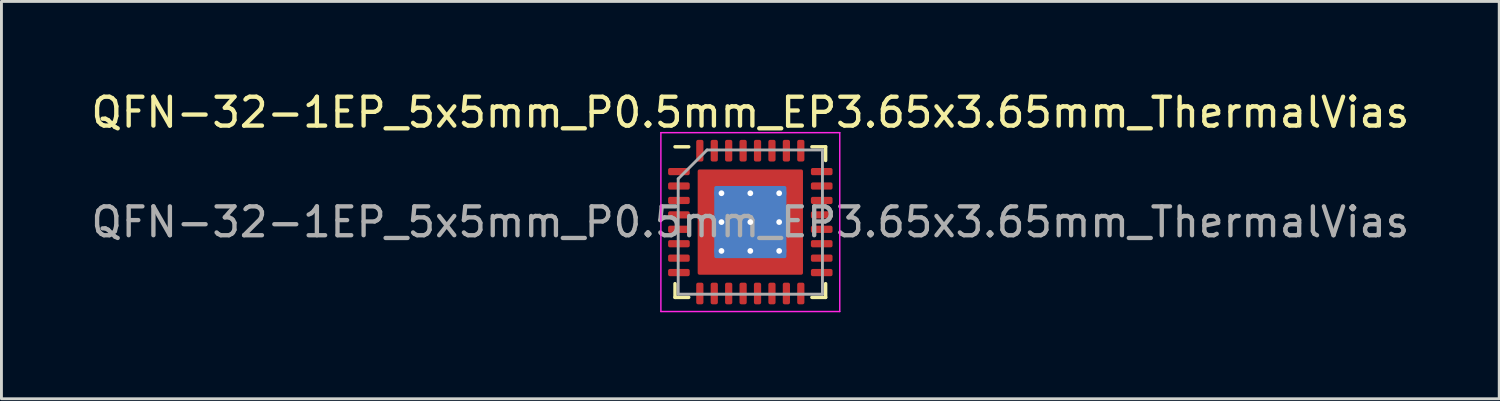
<source format=kicad_pcb>
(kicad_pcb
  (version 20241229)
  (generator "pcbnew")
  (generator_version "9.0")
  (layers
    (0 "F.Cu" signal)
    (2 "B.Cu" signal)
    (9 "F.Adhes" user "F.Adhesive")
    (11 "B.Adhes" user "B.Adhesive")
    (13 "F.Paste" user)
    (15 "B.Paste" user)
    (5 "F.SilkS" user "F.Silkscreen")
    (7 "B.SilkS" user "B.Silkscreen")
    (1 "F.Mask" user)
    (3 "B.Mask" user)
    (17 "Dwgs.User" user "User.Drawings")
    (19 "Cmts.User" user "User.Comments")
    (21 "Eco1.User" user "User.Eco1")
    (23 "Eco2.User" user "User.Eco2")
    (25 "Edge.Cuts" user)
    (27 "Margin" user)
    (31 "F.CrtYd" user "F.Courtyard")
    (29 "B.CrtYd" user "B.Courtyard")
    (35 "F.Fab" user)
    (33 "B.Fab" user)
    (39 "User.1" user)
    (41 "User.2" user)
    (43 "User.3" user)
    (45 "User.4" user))
  (footprint "QFN-32-1EP_5x5mm_P0.5mm_EP3.65x3.65mm_ThermalVias"
    (layer "F.Cu")
    (at 22.958 4.648)
    (property "Reference" "QFN-32-1EP_5x5mm_P0.5mm_EP3.65x3.65mm_ThermalVias" (at 0 -3.8 0) (layer "F.SilkS") (effects (font (size 1 1) (thickness 0.15))))
    (attr smd)
    (fp_line (start -2.61 2.61) (end -2.61 2.135) (stroke (width 0.12) (type solid)) (layer "F.SilkS"))
    (fp_line (start -2.135 -2.61) (end -2.61 -2.61) (stroke (width 0.12) (type solid)) (layer "F.SilkS"))
    (fp_line (start -2.135 2.61) (end -2.61 2.61) (stroke (width 0.12) (type solid)) (layer "F.SilkS"))
    (fp_line (start 2.135 -2.61) (end 2.61 -2.61) (stroke (width 0.12) (type solid)) (layer "F.SilkS"))
    (fp_line (start 2.135 2.61) (end 2.61 2.61) (stroke (width 0.12) (type solid)) (layer "F.SilkS"))
    (fp_line (start 2.61 -2.61) (end 2.61 -2.135) (stroke (width 0.12) (type solid)) (layer "F.SilkS"))
    (fp_line (start 2.61 2.61) (end 2.61 2.135) (stroke (width 0.12) (type solid)) (layer "F.SilkS"))
    (fp_line (start -3.1 -3.1) (end -3.1 3.1) (stroke (width 0.05) (type solid)) (layer "F.CrtYd"))
    (fp_line (start -3.1 3.1) (end 3.1 3.1) (stroke (width 0.05) (type solid)) (layer "F.CrtYd"))
    (fp_line (start 3.1 -3.1) (end -3.1 -3.1) (stroke (width 0.05) (type solid)) (layer "F.CrtYd"))
    (fp_line (start 3.1 3.1) (end 3.1 -3.1) (stroke (width 0.05) (type solid)) (layer "F.CrtYd"))
    (fp_line (start -2.5 -1.5) (end -1.5 -2.5) (stroke (width 0.1) (type solid)) (layer "F.Fab"))
    (fp_line (start -2.5 2.5) (end -2.5 -1.5) (stroke (width 0.1) (type solid)) (layer "F.Fab"))
    (fp_line (start -1.5 -2.5) (end 2.5 -2.5) (stroke (width 0.1) (type solid)) (layer "F.Fab"))
    (fp_line (start 2.5 -2.5) (end 2.5 2.5) (stroke (width 0.1) (type solid)) (layer "F.Fab"))
    (fp_line (start 2.5 2.5) (end -2.5 2.5) (stroke (width 0.1) (type solid)) (layer "F.Fab"))
    (fp_text user "${REFERENCE}" (at 0 0 0) (layer "F.Fab") (effects (font (size 1 1) (thickness 0.15))))
    (pad "" smd custom (at -1.413 -1.413) (size 0.578 0.578) (layers "F.Paste") (options (anchor circle)) (primitives (gr_poly (pts (xy -0.333 -0.333) (xy 0.333 -0.333) (xy 0.333 0.21) (xy 0.21 0.333) (xy -0.333 0.333)) (width 0) (fill yes))))
    (pad "" smd custom (at -1.413 -0.5) (size 0.59 0.59) (layers "F.Paste") (options (anchor circle)) (primitives (gr_poly (pts (xy -0.333 -0.403) (xy 0.227 -0.403) (xy 0.333 -0.297) (xy 0.333 0.297) (xy 0.227 0.403) (xy -0.333 0.403)) (width 0) (fill yes))))
    (pad "" smd custom (at -1.413 0.5) (size 0.59 0.59) (layers "F.Paste") (options (anchor circle)) (primitives (gr_poly (pts (xy -0.333 -0.403) (xy 0.227 -0.403) (xy 0.333 -0.297) (xy 0.333 0.297) (xy 0.227 0.403) (xy -0.333 0.403)) (width 0) (fill yes))))
    (pad "" smd custom (at -1.413 1.413) (size 0.578 0.578) (layers "F.Paste") (options (anchor circle)) (primitives (gr_poly (pts (xy -0.333 -0.333) (xy 0.21 -0.333) (xy 0.333 -0.21) (xy 0.333 0.333) (xy -0.333 0.333)) (width 0) (fill yes))))
    (pad "" smd custom (at -0.5 -1.413) (size 0.59 0.59) (layers "F.Paste") (options (anchor circle)) (primitives (gr_poly (pts (xy -0.403 -0.333) (xy 0.403 -0.333) (xy 0.403 0.227) (xy 0.297 0.333) (xy -0.297 0.333) (xy -0.403 0.227)) (width 0) (fill yes))))
    (pad "" smd custom (at -0.5 -0.5) (size 0.743 0.743) (layers "F.Paste") (options (anchor circle)) (primitives (gr_poly (pts (xy -0.403 -0.314) (xy -0.314 -0.403) (xy 0.314 -0.403) (xy 0.403 -0.314) (xy 0.403 0.314) (xy 0.314 0.403) (xy -0.314 0.403) (xy -0.403 0.314)) (width 0) (fill yes))))
    (pad "" smd custom (at -0.5 0.5) (size 0.743 0.743) (layers "F.Paste") (options (anchor circle)) (primitives (gr_poly (pts (xy -0.403 -0.314) (xy -0.314 -0.403) (xy 0.314 -0.403) (xy 0.403 -0.314) (xy 0.403 0.314) (xy 0.314 0.403) (xy -0.314 0.403) (xy -0.403 0.314)) (width 0) (fill yes))))
    (pad "" smd custom (at -0.5 1.413) (size 0.59 0.59) (layers "F.Paste") (options (anchor circle)) (primitives (gr_poly (pts (xy -0.403 -0.227) (xy -0.297 -0.333) (xy 0.297 -0.333) (xy 0.403 -0.227) (xy 0.403 0.333) (xy -0.403 0.333)) (width 0) (fill yes))))
    (pad "" smd custom (at 0.5 -1.413) (size 0.59 0.59) (layers "F.Paste") (options (anchor circle)) (primitives (gr_poly (pts (xy -0.403 -0.333) (xy 0.403 -0.333) (xy 0.403 0.227) (xy 0.297 0.333) (xy -0.297 0.333) (xy -0.403 0.227)) (width 0) (fill yes))))
    (pad "" smd custom (at 0.5 -0.5) (size 0.743 0.743) (layers "F.Paste") (options (anchor circle)) (primitives (gr_poly (pts (xy -0.403 -0.314) (xy -0.314 -0.403) (xy 0.314 -0.403) (xy 0.403 -0.314) (xy 0.403 0.314) (xy 0.314 0.403) (xy -0.314 0.403) (xy -0.403 0.314)) (width 0) (fill yes))))
    (pad "" smd custom (at 0.5 0.5) (size 0.743 0.743) (layers "F.Paste") (options (anchor circle)) (primitives (gr_poly (pts (xy -0.403 -0.314) (xy -0.314 -0.403) (xy 0.314 -0.403) (xy 0.403 -0.314) (xy 0.403 0.314) (xy 0.314 0.403) (xy -0.314 0.403) (xy -0.403 0.314)) (width 0) (fill yes))))
    (pad "" smd custom (at 0.5 1.413) (size 0.59 0.59) (layers "F.Paste") (options (anchor circle)) (primitives (gr_poly (pts (xy -0.403 -0.227) (xy -0.297 -0.333) (xy 0.297 -0.333) (xy 0.403 -0.227) (xy 0.403 0.333) (xy -0.403 0.333)) (width 0) (fill yes))))
    (pad "" smd custom (at 1.413 -1.413) (size 0.578 0.578) (layers "F.Paste") (options (anchor circle)) (primitives (gr_poly (pts (xy -0.333 -0.333) (xy 0.333 -0.333) (xy 0.333 0.333) (xy -0.21 0.333) (xy -0.333 0.21)) (width 0) (fill yes))))
    (pad "" smd custom (at 1.413 -0.5) (size 0.59 0.59) (layers "F.Paste") (options (anchor circle)) (primitives (gr_poly (pts (xy -0.333 -0.297) (xy -0.227 -0.403) (xy 0.333 -0.403) (xy 0.333 0.403) (xy -0.227 0.403) (xy -0.333 0.297)) (width 0) (fill yes))))
    (pad "" smd custom (at 1.413 0.5) (size 0.59 0.59) (layers "F.Paste") (options (anchor circle)) (primitives (gr_poly (pts (xy -0.333 -0.297) (xy -0.227 -0.403) (xy 0.333 -0.403) (xy 0.333 0.403) (xy -0.227 0.403) (xy -0.333 0.297)) (width 0) (fill yes))))
    (pad "" smd custom (at 1.413 1.413) (size 0.578 0.578) (layers "F.Paste") (options (anchor circle)) (primitives (gr_poly (pts (xy -0.333 -0.21) (xy -0.21 -0.333) (xy 0.333 -0.333) (xy 0.333 0.333) (xy -0.333 0.333)) (width 0) (fill yes))))
    (pad "1" smd roundrect (at -2.475 -1.75) (size 0.75 0.25) (layers "F.Cu" "F.Mask" "F.Paste") (roundrect_rratio 0.25))
    (pad "2" smd roundrect (at -2.475 -1.25) (size 0.75 0.25) (layers "F.Cu" "F.Mask" "F.Paste") (roundrect_rratio 0.25))
    (pad "3" smd roundrect (at -2.475 -0.75) (size 0.75 0.25) (layers "F.Cu" "F.Mask" "F.Paste") (roundrect_rratio 0.25))
    (pad "4" smd roundrect (at -2.475 -0.25) (size 0.75 0.25) (layers "F.Cu" "F.Mask" "F.Paste") (roundrect_rratio 0.25))
    (pad "5" smd roundrect (at -2.475 0.25) (size 0.75 0.25) (layers "F.Cu" "F.Mask" "F.Paste") (roundrect_rratio 0.25))
    (pad "6" smd roundrect (at -2.475 0.75) (size 0.75 0.25) (layers "F.Cu" "F.Mask" "F.Paste") (roundrect_rratio 0.25))
    (pad "7" smd roundrect (at -2.475 1.25) (size 0.75 0.25) (layers "F.Cu" "F.Mask" "F.Paste") (roundrect_rratio 0.25))
    (pad "8" smd roundrect (at -2.475 1.75) (size 0.75 0.25) (layers "F.Cu" "F.Mask" "F.Paste") (roundrect_rratio 0.25))
    (pad "9" smd roundrect (at -1.75 2.475) (size 0.25 0.75) (layers "F.Cu" "F.Mask" "F.Paste") (roundrect_rratio 0.25))
    (pad "10" smd roundrect (at -1.25 2.475) (size 0.25 0.75) (layers "F.Cu" "F.Mask" "F.Paste") (roundrect_rratio 0.25))
    (pad "11" smd roundrect (at -0.75 2.475) (size 0.25 0.75) (layers "F.Cu" "F.Mask" "F.Paste") (roundrect_rratio 0.25))
    (pad "12" smd roundrect (at -0.25 2.475) (size 0.25 0.75) (layers "F.Cu" "F.Mask" "F.Paste") (roundrect_rratio 0.25))
    (pad "13" smd roundrect (at 0.25 2.475) (size 0.25 0.75) (layers "F.Cu" "F.Mask" "F.Paste") (roundrect_rratio 0.25))
    (pad "14" smd roundrect (at 0.75 2.475) (size 0.25 0.75) (layers "F.Cu" "F.Mask" "F.Paste") (roundrect_rratio 0.25))
    (pad "15" smd roundrect (at 1.25 2.475) (size 0.25 0.75) (layers "F.Cu" "F.Mask" "F.Paste") (roundrect_rratio 0.25))
    (pad "16" smd roundrect (at 1.75 2.475) (size 0.25 0.75) (layers "F.Cu" "F.Mask" "F.Paste") (roundrect_rratio 0.25))
    (pad "17" smd roundrect (at 2.475 1.75) (size 0.75 0.25) (layers "F.Cu" "F.Mask" "F.Paste") (roundrect_rratio 0.25))
    (pad "18" smd roundrect (at 2.475 1.25) (size 0.75 0.25) (layers "F.Cu" "F.Mask" "F.Paste") (roundrect_rratio 0.25))
    (pad "19" smd roundrect (at 2.475 0.75) (size 0.75 0.25) (layers "F.Cu" "F.Mask" "F.Paste") (roundrect_rratio 0.25))
    (pad "20" smd roundrect (at 2.475 0.25) (size 0.75 0.25) (layers "F.Cu" "F.Mask" "F.Paste") (roundrect_rratio 0.25))
    (pad "21" smd roundrect (at 2.475 -0.25) (size 0.75 0.25) (layers "F.Cu" "F.Mask" "F.Paste") (roundrect_rratio 0.25))
    (pad "22" smd roundrect (at 2.475 -0.75) (size 0.75 0.25) (layers "F.Cu" "F.Mask" "F.Paste") (roundrect_rratio 0.25))
    (pad "23" smd roundrect (at 2.475 -1.25) (size 0.75 0.25) (layers "F.Cu" "F.Mask" "F.Paste") (roundrect_rratio 0.25))
    (pad "24" smd roundrect (at 2.475 -1.75) (size 0.75 0.25) (layers "F.Cu" "F.Mask" "F.Paste") (roundrect_rratio 0.25))
    (pad "25" smd roundrect (at 1.75 -2.475) (size 0.25 0.75) (layers "F.Cu" "F.Mask" "F.Paste") (roundrect_rratio 0.25))
    (pad "26" smd roundrect (at 1.25 -2.475) (size 0.25 0.75) (layers "F.Cu" "F.Mask" "F.Paste") (roundrect_rratio 0.25))
    (pad "27" smd roundrect (at 0.75 -2.475) (size 0.25 0.75) (layers "F.Cu" "F.Mask" "F.Paste") (roundrect_rratio 0.25))
    (pad "28" smd roundrect (at 0.25 -2.475) (size 0.25 0.75) (layers "F.Cu" "F.Mask" "F.Paste") (roundrect_rratio 0.25))
    (pad "29" smd roundrect (at -0.25 -2.475) (size 0.25 0.75) (layers "F.Cu" "F.Mask" "F.Paste") (roundrect_rratio 0.25))
    (pad "30" smd roundrect (at -0.75 -2.475) (size 0.25 0.75) (layers "F.Cu" "F.Mask" "F.Paste") (roundrect_rratio 0.25))
    (pad "31" smd roundrect (at -1.25 -2.475) (size 0.25 0.75) (layers "F.Cu" "F.Mask" "F.Paste") (roundrect_rratio 0.25))
    (pad "32" smd roundrect (at -1.75 -2.475) (size 0.25 0.75) (layers "F.Cu" "F.Mask" "F.Paste") (roundrect_rratio 0.25))
    (pad "33" thru_hole circle (at -1 -1) (size 0.5 0.5) (drill 0.2) (layers "*.Cu"))
    (pad "33" thru_hole circle (at -1 0) (size 0.5 0.5) (drill 0.2) (layers "*.Cu"))
    (pad "33" thru_hole circle (at -1 1) (size 0.5 0.5) (drill 0.2) (layers "*.Cu"))
    (pad "33" thru_hole circle (at 0 -1) (size 0.5 0.5) (drill 0.2) (layers "*.Cu"))
    (pad "33" thru_hole circle (at 0 0) (size 0.5 0.5) (drill 0.2) (layers "*.Cu"))
    (pad "33" smd roundrect (at 0 0) (size 2.5 2.5) (layers "B.Cu") (roundrect_rratio 0.025))
    (pad "33" smd roundrect (at 0 0) (size 3.65 3.65) (layers "F.Cu" "F.Mask") (roundrect_rratio 0.017))
    (pad "33" thru_hole circle (at 0 1) (size 0.5 0.5) (drill 0.2) (layers "*.Cu"))
    (pad "33" thru_hole circle (at 1 -1) (size 0.5 0.5) (drill 0.2) (layers "*.Cu"))
    (pad "33" thru_hole circle (at 1 0) (size 0.5 0.5) (drill 0.2) (layers "*.Cu"))
    (pad "33" thru_hole circle (at 1 1) (size 0.5 0.5) (drill 0.2) (layers "*.Cu")))
  (gr_rect
    (start -3 -3)
    (end 48.917 10.773)
    (stroke (width 0.1) (type default))
    (fill no)
    (layer "Edge.Cuts")))
</source>
